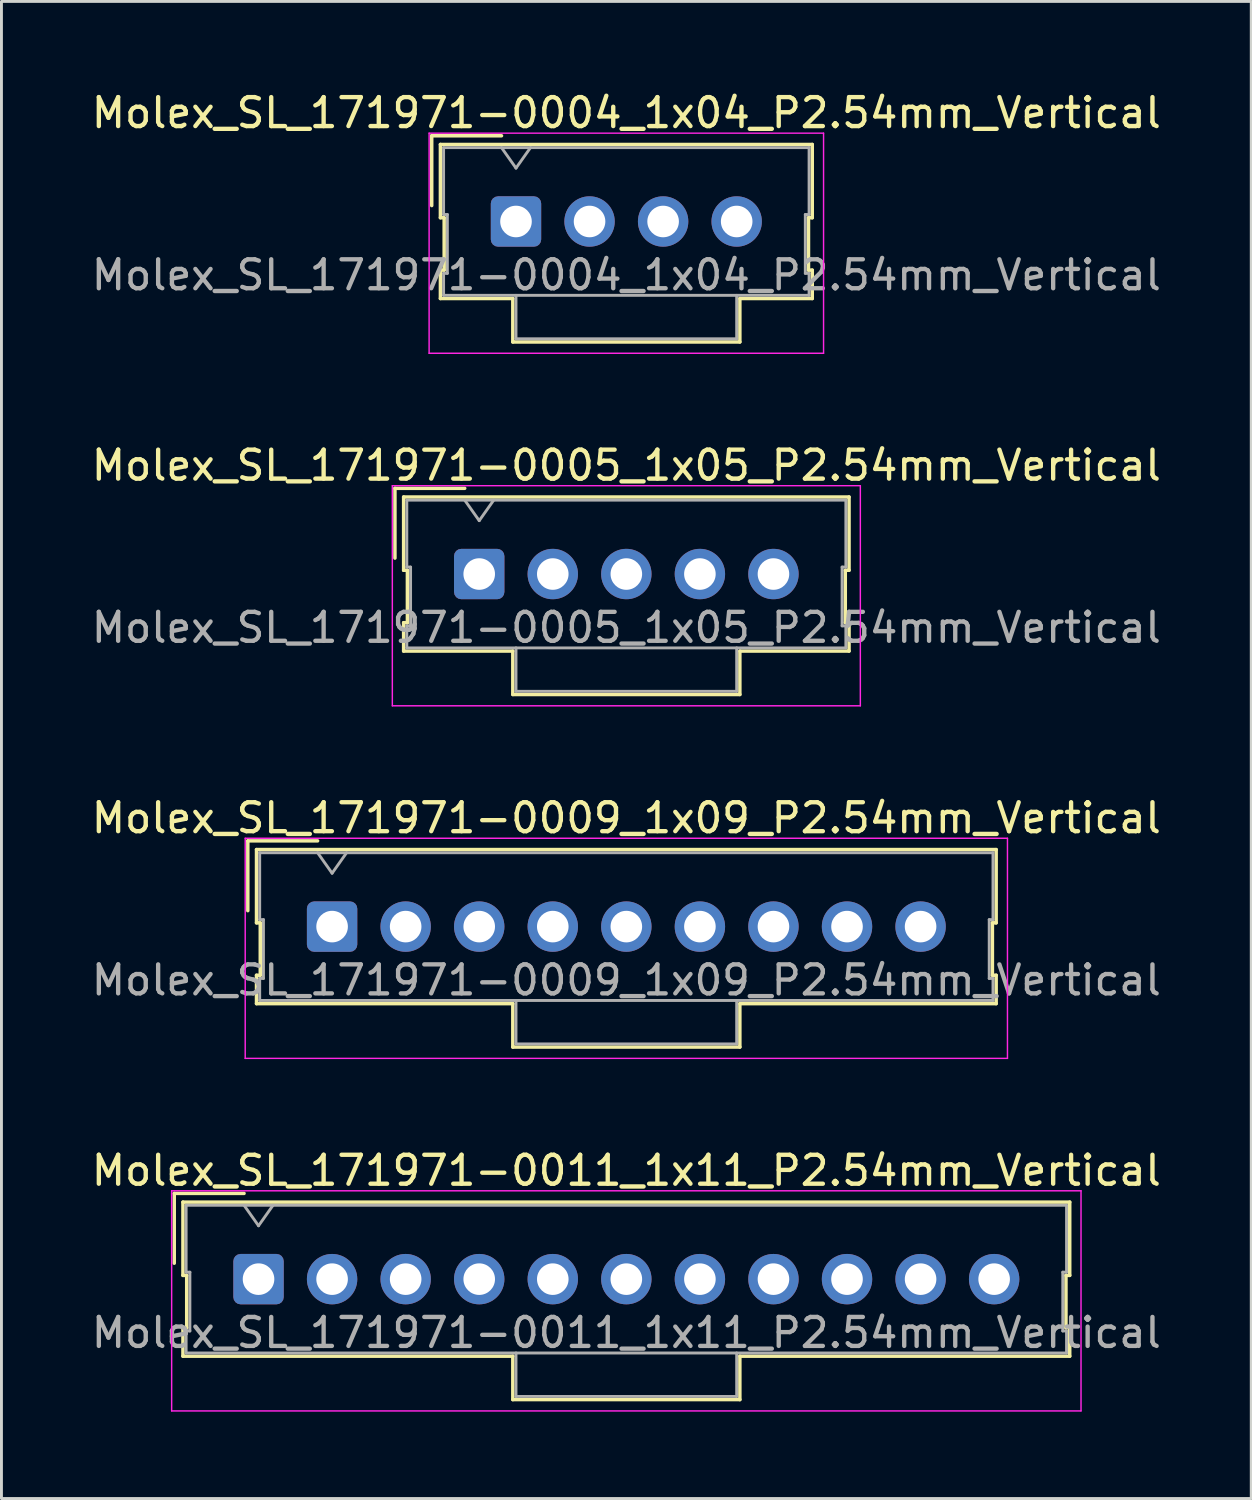
<source format=kicad_pcb>
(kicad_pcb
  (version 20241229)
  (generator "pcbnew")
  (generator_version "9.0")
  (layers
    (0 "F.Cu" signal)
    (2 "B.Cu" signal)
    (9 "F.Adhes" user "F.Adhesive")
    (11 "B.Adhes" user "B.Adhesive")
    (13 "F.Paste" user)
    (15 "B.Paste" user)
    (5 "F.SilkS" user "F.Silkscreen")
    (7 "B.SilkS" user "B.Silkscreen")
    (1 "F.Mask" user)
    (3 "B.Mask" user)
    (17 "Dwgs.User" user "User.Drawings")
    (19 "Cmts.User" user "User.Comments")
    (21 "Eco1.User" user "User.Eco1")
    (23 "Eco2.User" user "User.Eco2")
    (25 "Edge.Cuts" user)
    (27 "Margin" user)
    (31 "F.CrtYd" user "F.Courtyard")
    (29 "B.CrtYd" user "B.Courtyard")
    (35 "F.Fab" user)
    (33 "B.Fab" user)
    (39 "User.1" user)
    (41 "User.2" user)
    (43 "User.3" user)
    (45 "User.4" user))
  (footprint "Molex_SL_171971-0004_1x04_P2.54mm_Vertical"
    (layer "F.Cu")
    (at 14.767 4.598)
    (property "Reference" "Molex_SL_171971-0004_1x04_P2.54mm_Vertical" (at 3.81 -3.75 0) (layer "F.SilkS") (effects (font (size 1 1) (thickness 0.15))))
    (attr through_hole)
    (fp_line (start -2.91 -2.96) (end -0.5 -2.96) (stroke (width 0.12) (type solid)) (layer "F.SilkS"))
    (fp_line (start -2.91 -0.55) (end -2.91 -2.96) (stroke (width 0.12) (type solid)) (layer "F.SilkS"))
    (fp_line (start -2.61 -2.66) (end -2.61 -0.13) (stroke (width 0.12) (type solid)) (layer "F.SilkS"))
    (fp_line (start -2.61 -0.13) (end -2.48 -0.13) (stroke (width 0.12) (type solid)) (layer "F.SilkS"))
    (fp_line (start -2.61 1.68) (end -2.61 2.66) (stroke (width 0.12) (type solid)) (layer "F.SilkS"))
    (fp_line (start -2.61 2.66) (end -0.11 2.66) (stroke (width 0.12) (type solid)) (layer "F.SilkS"))
    (fp_line (start -2.48 -0.13) (end -2.48 1.68) (stroke (width 0.12) (type solid)) (layer "F.SilkS"))
    (fp_line (start -2.48 1.68) (end -2.61 1.68) (stroke (width 0.12) (type solid)) (layer "F.SilkS"))
    (fp_line (start -0.11 2.66) (end -0.11 4.16) (stroke (width 0.12) (type solid)) (layer "F.SilkS"))
    (fp_line (start -0.11 4.16) (end 7.73 4.16) (stroke (width 0.12) (type solid)) (layer "F.SilkS"))
    (fp_line (start 7.73 2.66) (end 10.23 2.66) (stroke (width 0.12) (type solid)) (layer "F.SilkS"))
    (fp_line (start 7.73 4.16) (end 7.73 2.66) (stroke (width 0.12) (type solid)) (layer "F.SilkS"))
    (fp_line (start 10.1 -0.13) (end 10.23 -0.13) (stroke (width 0.12) (type solid)) (layer "F.SilkS"))
    (fp_line (start 10.1 1.68) (end 10.1 -0.13) (stroke (width 0.12) (type solid)) (layer "F.SilkS"))
    (fp_line (start 10.23 -2.66) (end -2.61 -2.66) (stroke (width 0.12) (type solid)) (layer "F.SilkS"))
    (fp_line (start 10.23 -0.13) (end 10.23 -2.66) (stroke (width 0.12) (type solid)) (layer "F.SilkS"))
    (fp_line (start 10.23 1.68) (end 10.1 1.68) (stroke (width 0.12) (type solid)) (layer "F.SilkS"))
    (fp_line (start 10.23 2.66) (end 10.23 1.68) (stroke (width 0.12) (type solid)) (layer "F.SilkS"))
    (fp_line (start -3 -3.05) (end -3 4.55) (stroke (width 0.05) (type solid)) (layer "F.CrtYd"))
    (fp_line (start -3 4.55) (end 10.62 4.55) (stroke (width 0.05) (type solid)) (layer "F.CrtYd"))
    (fp_line (start 10.62 -3.05) (end -3 -3.05) (stroke (width 0.05) (type solid)) (layer "F.CrtYd"))
    (fp_line (start 10.62 4.55) (end 10.62 -3.05) (stroke (width 0.05) (type solid)) (layer "F.CrtYd"))
    (fp_line (start -2.5 -2.55) (end -2.5 -0.24) (stroke (width 0.1) (type solid)) (layer "F.Fab"))
    (fp_line (start -2.5 -0.24) (end -2.37 -0.24) (stroke (width 0.1) (type solid)) (layer "F.Fab"))
    (fp_line (start -2.5 1.79) (end -2.5 2.55) (stroke (width 0.1) (type solid)) (layer "F.Fab"))
    (fp_line (start -2.5 2.55) (end 10.12 2.55) (stroke (width 0.1) (type solid)) (layer "F.Fab"))
    (fp_line (start -2.37 -0.24) (end -2.37 1.79) (stroke (width 0.1) (type solid)) (layer "F.Fab"))
    (fp_line (start -2.37 1.79) (end -2.5 1.79) (stroke (width 0.1) (type solid)) (layer "F.Fab"))
    (fp_line (start 0 -1.843) (end -0.5 -2.55) (stroke (width 0.1) (type solid)) (layer "F.Fab"))
    (fp_line (start 0 2.55) (end 0 4.05) (stroke (width 0.1) (type solid)) (layer "F.Fab"))
    (fp_line (start 0 4.05) (end 7.62 4.05) (stroke (width 0.1) (type solid)) (layer "F.Fab"))
    (fp_line (start 0.5 -2.55) (end 0 -1.843) (stroke (width 0.1) (type solid)) (layer "F.Fab"))
    (fp_line (start 7.62 4.05) (end 7.62 2.55) (stroke (width 0.1) (type solid)) (layer "F.Fab"))
    (fp_line (start 9.99 -0.24) (end 10.12 -0.24) (stroke (width 0.1) (type solid)) (layer "F.Fab"))
    (fp_line (start 9.99 1.79) (end 9.99 -0.24) (stroke (width 0.1) (type solid)) (layer "F.Fab"))
    (fp_line (start 10.12 -2.55) (end -2.5 -2.55) (stroke (width 0.1) (type solid)) (layer "F.Fab"))
    (fp_line (start 10.12 -0.24) (end 10.12 -2.55) (stroke (width 0.1) (type solid)) (layer "F.Fab"))
    (fp_line (start 10.12 1.79) (end 9.99 1.79) (stroke (width 0.1) (type solid)) (layer "F.Fab"))
    (fp_line (start 10.12 2.55) (end 10.12 1.79) (stroke (width 0.1) (type solid)) (layer "F.Fab"))
    (fp_text user "${REFERENCE}" (at 3.81 1.85 0) (layer "F.Fab") (effects (font (size 1 1) (thickness 0.15))))
    (pad "1" thru_hole roundrect (at 0 0) (size 1.74 1.74) (drill 1.09) (layers "*.Cu" "*.Mask") (roundrect_rratio 0.144))
    (pad "2" thru_hole circle (at 2.54 0) (size 1.74 1.74) (drill 1.09) (layers "*.Cu" "*.Mask"))
    (pad "3" thru_hole circle (at 5.08 0) (size 1.74 1.74) (drill 1.09) (layers "*.Cu" "*.Mask"))
    (pad "4" thru_hole circle (at 7.62 0) (size 1.74 1.74) (drill 1.09) (layers "*.Cu" "*.Mask")))
  (footprint "Molex_SL_171971-0005_1x05_P2.54mm_Vertical"
    (layer "F.Cu")
    (at 13.497 16.771)
    (property "Reference" "Molex_SL_171971-0005_1x05_P2.54mm_Vertical" (at 5.08 -3.75 0) (layer "F.SilkS") (effects (font (size 1 1) (thickness 0.15))))
    (attr through_hole)
    (fp_line (start -2.91 -2.96) (end -0.5 -2.96) (stroke (width 0.12) (type solid)) (layer "F.SilkS"))
    (fp_line (start -2.91 -0.55) (end -2.91 -2.96) (stroke (width 0.12) (type solid)) (layer "F.SilkS"))
    (fp_line (start -2.61 -2.66) (end -2.61 -0.13) (stroke (width 0.12) (type solid)) (layer "F.SilkS"))
    (fp_line (start -2.61 -0.13) (end -2.48 -0.13) (stroke (width 0.12) (type solid)) (layer "F.SilkS"))
    (fp_line (start -2.61 1.68) (end -2.61 2.66) (stroke (width 0.12) (type solid)) (layer "F.SilkS"))
    (fp_line (start -2.61 2.66) (end 1.16 2.66) (stroke (width 0.12) (type solid)) (layer "F.SilkS"))
    (fp_line (start -2.48 -0.13) (end -2.48 1.68) (stroke (width 0.12) (type solid)) (layer "F.SilkS"))
    (fp_line (start -2.48 1.68) (end -2.61 1.68) (stroke (width 0.12) (type solid)) (layer "F.SilkS"))
    (fp_line (start 1.16 2.66) (end 1.16 4.16) (stroke (width 0.12) (type solid)) (layer "F.SilkS"))
    (fp_line (start 1.16 4.16) (end 9 4.16) (stroke (width 0.12) (type solid)) (layer "F.SilkS"))
    (fp_line (start 9 2.66) (end 12.77 2.66) (stroke (width 0.12) (type solid)) (layer "F.SilkS"))
    (fp_line (start 9 4.16) (end 9 2.66) (stroke (width 0.12) (type solid)) (layer "F.SilkS"))
    (fp_line (start 12.64 -0.13) (end 12.77 -0.13) (stroke (width 0.12) (type solid)) (layer "F.SilkS"))
    (fp_line (start 12.64 1.68) (end 12.64 -0.13) (stroke (width 0.12) (type solid)) (layer "F.SilkS"))
    (fp_line (start 12.77 -2.66) (end -2.61 -2.66) (stroke (width 0.12) (type solid)) (layer "F.SilkS"))
    (fp_line (start 12.77 -0.13) (end 12.77 -2.66) (stroke (width 0.12) (type solid)) (layer "F.SilkS"))
    (fp_line (start 12.77 1.68) (end 12.64 1.68) (stroke (width 0.12) (type solid)) (layer "F.SilkS"))
    (fp_line (start 12.77 2.66) (end 12.77 1.68) (stroke (width 0.12) (type solid)) (layer "F.SilkS"))
    (fp_line (start -3 -3.05) (end -3 4.55) (stroke (width 0.05) (type solid)) (layer "F.CrtYd"))
    (fp_line (start -3 4.55) (end 13.16 4.55) (stroke (width 0.05) (type solid)) (layer "F.CrtYd"))
    (fp_line (start 13.16 -3.05) (end -3 -3.05) (stroke (width 0.05) (type solid)) (layer "F.CrtYd"))
    (fp_line (start 13.16 4.55) (end 13.16 -3.05) (stroke (width 0.05) (type solid)) (layer "F.CrtYd"))
    (fp_line (start -2.5 -2.55) (end -2.5 -0.24) (stroke (width 0.1) (type solid)) (layer "F.Fab"))
    (fp_line (start -2.5 -0.24) (end -2.37 -0.24) (stroke (width 0.1) (type solid)) (layer "F.Fab"))
    (fp_line (start -2.5 1.79) (end -2.5 2.55) (stroke (width 0.1) (type solid)) (layer "F.Fab"))
    (fp_line (start -2.5 2.55) (end 12.66 2.55) (stroke (width 0.1) (type solid)) (layer "F.Fab"))
    (fp_line (start -2.37 -0.24) (end -2.37 1.79) (stroke (width 0.1) (type solid)) (layer "F.Fab"))
    (fp_line (start -2.37 1.79) (end -2.5 1.79) (stroke (width 0.1) (type solid)) (layer "F.Fab"))
    (fp_line (start 0 -1.843) (end -0.5 -2.55) (stroke (width 0.1) (type solid)) (layer "F.Fab"))
    (fp_line (start 0.5 -2.55) (end 0 -1.843) (stroke (width 0.1) (type solid)) (layer "F.Fab"))
    (fp_line (start 1.27 2.55) (end 1.27 4.05) (stroke (width 0.1) (type solid)) (layer "F.Fab"))
    (fp_line (start 1.27 4.05) (end 8.89 4.05) (stroke (width 0.1) (type solid)) (layer "F.Fab"))
    (fp_line (start 8.89 4.05) (end 8.89 2.55) (stroke (width 0.1) (type solid)) (layer "F.Fab"))
    (fp_line (start 12.53 -0.24) (end 12.66 -0.24) (stroke (width 0.1) (type solid)) (layer "F.Fab"))
    (fp_line (start 12.53 1.79) (end 12.53 -0.24) (stroke (width 0.1) (type solid)) (layer "F.Fab"))
    (fp_line (start 12.66 -2.55) (end -2.5 -2.55) (stroke (width 0.1) (type solid)) (layer "F.Fab"))
    (fp_line (start 12.66 -0.24) (end 12.66 -2.55) (stroke (width 0.1) (type solid)) (layer "F.Fab"))
    (fp_line (start 12.66 1.79) (end 12.53 1.79) (stroke (width 0.1) (type solid)) (layer "F.Fab"))
    (fp_line (start 12.66 2.55) (end 12.66 1.79) (stroke (width 0.1) (type solid)) (layer "F.Fab"))
    (fp_text user "${REFERENCE}" (at 5.08 1.85 0) (layer "F.Fab") (effects (font (size 1 1) (thickness 0.15))))
    (pad "1" thru_hole roundrect (at 0 0) (size 1.74 1.74) (drill 1.09) (layers "*.Cu" "*.Mask") (roundrect_rratio 0.144))
    (pad "2" thru_hole circle (at 2.54 0) (size 1.74 1.74) (drill 1.09) (layers "*.Cu" "*.Mask"))
    (pad "3" thru_hole circle (at 5.08 0) (size 1.74 1.74) (drill 1.09) (layers "*.Cu" "*.Mask"))
    (pad "4" thru_hole circle (at 7.62 0) (size 1.74 1.74) (drill 1.09) (layers "*.Cu" "*.Mask"))
    (pad "5" thru_hole circle (at 10.16 0) (size 1.74 1.74) (drill 1.09) (layers "*.Cu" "*.Mask")))
  (footprint "Molex_SL_171971-0011_1x11_P2.54mm_Vertical"
    (layer "F.Cu")
    (at 5.877 41.118)
    (property "Reference" "Molex_SL_171971-0011_1x11_P2.54mm_Vertical" (at 12.7 -3.75 0) (layer "F.SilkS") (effects (font (size 1 1) (thickness 0.15))))
    (attr through_hole)
    (fp_line (start -2.91 -2.96) (end -0.5 -2.96) (stroke (width 0.12) (type solid)) (layer "F.SilkS"))
    (fp_line (start -2.91 -0.55) (end -2.91 -2.96) (stroke (width 0.12) (type solid)) (layer "F.SilkS"))
    (fp_line (start -2.61 -2.66) (end -2.61 -0.13) (stroke (width 0.12) (type solid)) (layer "F.SilkS"))
    (fp_line (start -2.61 -0.13) (end -2.48 -0.13) (stroke (width 0.12) (type solid)) (layer "F.SilkS"))
    (fp_line (start -2.61 1.68) (end -2.61 2.66) (stroke (width 0.12) (type solid)) (layer "F.SilkS"))
    (fp_line (start -2.61 2.66) (end 8.78 2.66) (stroke (width 0.12) (type solid)) (layer "F.SilkS"))
    (fp_line (start -2.48 -0.13) (end -2.48 1.68) (stroke (width 0.12) (type solid)) (layer "F.SilkS"))
    (fp_line (start -2.48 1.68) (end -2.61 1.68) (stroke (width 0.12) (type solid)) (layer "F.SilkS"))
    (fp_line (start 8.78 2.66) (end 8.78 4.16) (stroke (width 0.12) (type solid)) (layer "F.SilkS"))
    (fp_line (start 8.78 4.16) (end 16.62 4.16) (stroke (width 0.12) (type solid)) (layer "F.SilkS"))
    (fp_line (start 16.62 2.66) (end 28.01 2.66) (stroke (width 0.12) (type solid)) (layer "F.SilkS"))
    (fp_line (start 16.62 4.16) (end 16.62 2.66) (stroke (width 0.12) (type solid)) (layer "F.SilkS"))
    (fp_line (start 27.88 -0.13) (end 28.01 -0.13) (stroke (width 0.12) (type solid)) (layer "F.SilkS"))
    (fp_line (start 27.88 1.68) (end 27.88 -0.13) (stroke (width 0.12) (type solid)) (layer "F.SilkS"))
    (fp_line (start 28.01 -2.66) (end -2.61 -2.66) (stroke (width 0.12) (type solid)) (layer "F.SilkS"))
    (fp_line (start 28.01 -0.13) (end 28.01 -2.66) (stroke (width 0.12) (type solid)) (layer "F.SilkS"))
    (fp_line (start 28.01 1.68) (end 27.88 1.68) (stroke (width 0.12) (type solid)) (layer "F.SilkS"))
    (fp_line (start 28.01 2.66) (end 28.01 1.68) (stroke (width 0.12) (type solid)) (layer "F.SilkS"))
    (fp_line (start -3 -3.05) (end -3 4.55) (stroke (width 0.05) (type solid)) (layer "F.CrtYd"))
    (fp_line (start -3 4.55) (end 28.4 4.55) (stroke (width 0.05) (type solid)) (layer "F.CrtYd"))
    (fp_line (start 28.4 -3.05) (end -3 -3.05) (stroke (width 0.05) (type solid)) (layer "F.CrtYd"))
    (fp_line (start 28.4 4.55) (end 28.4 -3.05) (stroke (width 0.05) (type solid)) (layer "F.CrtYd"))
    (fp_line (start -2.5 -2.55) (end -2.5 -0.24) (stroke (width 0.1) (type solid)) (layer "F.Fab"))
    (fp_line (start -2.5 -0.24) (end -2.37 -0.24) (stroke (width 0.1) (type solid)) (layer "F.Fab"))
    (fp_line (start -2.5 1.79) (end -2.5 2.55) (stroke (width 0.1) (type solid)) (layer "F.Fab"))
    (fp_line (start -2.5 2.55) (end 27.9 2.55) (stroke (width 0.1) (type solid)) (layer "F.Fab"))
    (fp_line (start -2.37 -0.24) (end -2.37 1.79) (stroke (width 0.1) (type solid)) (layer "F.Fab"))
    (fp_line (start -2.37 1.79) (end -2.5 1.79) (stroke (width 0.1) (type solid)) (layer "F.Fab"))
    (fp_line (start 0 -1.843) (end -0.5 -2.55) (stroke (width 0.1) (type solid)) (layer "F.Fab"))
    (fp_line (start 0.5 -2.55) (end 0 -1.843) (stroke (width 0.1) (type solid)) (layer "F.Fab"))
    (fp_line (start 8.89 2.55) (end 8.89 4.05) (stroke (width 0.1) (type solid)) (layer "F.Fab"))
    (fp_line (start 8.89 4.05) (end 16.51 4.05) (stroke (width 0.1) (type solid)) (layer "F.Fab"))
    (fp_line (start 16.51 4.05) (end 16.51 2.55) (stroke (width 0.1) (type solid)) (layer "F.Fab"))
    (fp_line (start 27.77 -0.24) (end 27.9 -0.24) (stroke (width 0.1) (type solid)) (layer "F.Fab"))
    (fp_line (start 27.77 1.79) (end 27.77 -0.24) (stroke (width 0.1) (type solid)) (layer "F.Fab"))
    (fp_line (start 27.9 -2.55) (end -2.5 -2.55) (stroke (width 0.1) (type solid)) (layer "F.Fab"))
    (fp_line (start 27.9 -0.24) (end 27.9 -2.55) (stroke (width 0.1) (type solid)) (layer "F.Fab"))
    (fp_line (start 27.9 1.79) (end 27.77 1.79) (stroke (width 0.1) (type solid)) (layer "F.Fab"))
    (fp_line (start 27.9 2.55) (end 27.9 1.79) (stroke (width 0.1) (type solid)) (layer "F.Fab"))
    (fp_text user "${REFERENCE}" (at 12.7 1.85 0) (layer "F.Fab") (effects (font (size 1 1) (thickness 0.15))))
    (pad "1" thru_hole roundrect (at 0 0) (size 1.74 1.74) (drill 1.09) (layers "*.Cu" "*.Mask") (roundrect_rratio 0.144))
    (pad "2" thru_hole circle (at 2.54 0) (size 1.74 1.74) (drill 1.09) (layers "*.Cu" "*.Mask"))
    (pad "3" thru_hole circle (at 5.08 0) (size 1.74 1.74) (drill 1.09) (layers "*.Cu" "*.Mask"))
    (pad "4" thru_hole circle (at 7.62 0) (size 1.74 1.74) (drill 1.09) (layers "*.Cu" "*.Mask"))
    (pad "5" thru_hole circle (at 10.16 0) (size 1.74 1.74) (drill 1.09) (layers "*.Cu" "*.Mask"))
    (pad "6" thru_hole circle (at 12.7 0) (size 1.74 1.74) (drill 1.09) (layers "*.Cu" "*.Mask"))
    (pad "7" thru_hole circle (at 15.24 0) (size 1.74 1.74) (drill 1.09) (layers "*.Cu" "*.Mask"))
    (pad "8" thru_hole circle (at 17.78 0) (size 1.74 1.74) (drill 1.09) (layers "*.Cu" "*.Mask"))
    (pad "9" thru_hole circle (at 20.32 0) (size 1.74 1.74) (drill 1.09) (layers "*.Cu" "*.Mask"))
    (pad "10" thru_hole circle (at 22.86 0) (size 1.74 1.74) (drill 1.09) (layers "*.Cu" "*.Mask"))
    (pad "11" thru_hole circle (at 25.4 0) (size 1.74 1.74) (drill 1.09) (layers "*.Cu" "*.Mask")))
  (footprint "Molex_SL_171971-0009_1x09_P2.54mm_Vertical"
    (layer "F.Cu")
    (at 8.417 28.945)
    (property "Reference" "Molex_SL_171971-0009_1x09_P2.54mm_Vertical" (at 10.16 -3.75 0) (layer "F.SilkS") (effects (font (size 1 1) (thickness 0.15))))
    (attr through_hole)
    (fp_line (start -2.91 -2.96) (end -0.5 -2.96) (stroke (width 0.12) (type solid)) (layer "F.SilkS"))
    (fp_line (start -2.91 -0.55) (end -2.91 -2.96) (stroke (width 0.12) (type solid)) (layer "F.SilkS"))
    (fp_line (start -2.61 -2.66) (end -2.61 -0.13) (stroke (width 0.12) (type solid)) (layer "F.SilkS"))
    (fp_line (start -2.61 -0.13) (end -2.48 -0.13) (stroke (width 0.12) (type solid)) (layer "F.SilkS"))
    (fp_line (start -2.61 1.68) (end -2.61 2.66) (stroke (width 0.12) (type solid)) (layer "F.SilkS"))
    (fp_line (start -2.61 2.66) (end 6.24 2.66) (stroke (width 0.12) (type solid)) (layer "F.SilkS"))
    (fp_line (start -2.48 -0.13) (end -2.48 1.68) (stroke (width 0.12) (type solid)) (layer "F.SilkS"))
    (fp_line (start -2.48 1.68) (end -2.61 1.68) (stroke (width 0.12) (type solid)) (layer "F.SilkS"))
    (fp_line (start 6.24 2.66) (end 6.24 4.16) (stroke (width 0.12) (type solid)) (layer "F.SilkS"))
    (fp_line (start 6.24 4.16) (end 14.08 4.16) (stroke (width 0.12) (type solid)) (layer "F.SilkS"))
    (fp_line (start 14.08 2.66) (end 22.93 2.66) (stroke (width 0.12) (type solid)) (layer "F.SilkS"))
    (fp_line (start 14.08 4.16) (end 14.08 2.66) (stroke (width 0.12) (type solid)) (layer "F.SilkS"))
    (fp_line (start 22.8 -0.13) (end 22.93 -0.13) (stroke (width 0.12) (type solid)) (layer "F.SilkS"))
    (fp_line (start 22.8 1.68) (end 22.8 -0.13) (stroke (width 0.12) (type solid)) (layer "F.SilkS"))
    (fp_line (start 22.93 -2.66) (end -2.61 -2.66) (stroke (width 0.12) (type solid)) (layer "F.SilkS"))
    (fp_line (start 22.93 -0.13) (end 22.93 -2.66) (stroke (width 0.12) (type solid)) (layer "F.SilkS"))
    (fp_line (start 22.93 1.68) (end 22.8 1.68) (stroke (width 0.12) (type solid)) (layer "F.SilkS"))
    (fp_line (start 22.93 2.66) (end 22.93 1.68) (stroke (width 0.12) (type solid)) (layer "F.SilkS"))
    (fp_line (start -3 -3.05) (end -3 4.55) (stroke (width 0.05) (type solid)) (layer "F.CrtYd"))
    (fp_line (start -3 4.55) (end 23.32 4.55) (stroke (width 0.05) (type solid)) (layer "F.CrtYd"))
    (fp_line (start 23.32 -3.05) (end -3 -3.05) (stroke (width 0.05) (type solid)) (layer "F.CrtYd"))
    (fp_line (start 23.32 4.55) (end 23.32 -3.05) (stroke (width 0.05) (type solid)) (layer "F.CrtYd"))
    (fp_line (start -2.5 -2.55) (end -2.5 -0.24) (stroke (width 0.1) (type solid)) (layer "F.Fab"))
    (fp_line (start -2.5 -0.24) (end -2.37 -0.24) (stroke (width 0.1) (type solid)) (layer "F.Fab"))
    (fp_line (start -2.5 1.79) (end -2.5 2.55) (stroke (width 0.1) (type solid)) (layer "F.Fab"))
    (fp_line (start -2.5 2.55) (end 22.82 2.55) (stroke (width 0.1) (type solid)) (layer "F.Fab"))
    (fp_line (start -2.37 -0.24) (end -2.37 1.79) (stroke (width 0.1) (type solid)) (layer "F.Fab"))
    (fp_line (start -2.37 1.79) (end -2.5 1.79) (stroke (width 0.1) (type solid)) (layer "F.Fab"))
    (fp_line (start 0 -1.843) (end -0.5 -2.55) (stroke (width 0.1) (type solid)) (layer "F.Fab"))
    (fp_line (start 0.5 -2.55) (end 0 -1.843) (stroke (width 0.1) (type solid)) (layer "F.Fab"))
    (fp_line (start 6.35 2.55) (end 6.35 4.05) (stroke (width 0.1) (type solid)) (layer "F.Fab"))
    (fp_line (start 6.35 4.05) (end 13.97 4.05) (stroke (width 0.1) (type solid)) (layer "F.Fab"))
    (fp_line (start 13.97 4.05) (end 13.97 2.55) (stroke (width 0.1) (type solid)) (layer "F.Fab"))
    (fp_line (start 22.69 -0.24) (end 22.82 -0.24) (stroke (width 0.1) (type solid)) (layer "F.Fab"))
    (fp_line (start 22.69 1.79) (end 22.69 -0.24) (stroke (width 0.1) (type solid)) (layer "F.Fab"))
    (fp_line (start 22.82 -2.55) (end -2.5 -2.55) (stroke (width 0.1) (type solid)) (layer "F.Fab"))
    (fp_line (start 22.82 -0.24) (end 22.82 -2.55) (stroke (width 0.1) (type solid)) (layer "F.Fab"))
    (fp_line (start 22.82 1.79) (end 22.69 1.79) (stroke (width 0.1) (type solid)) (layer "F.Fab"))
    (fp_line (start 22.82 2.55) (end 22.82 1.79) (stroke (width 0.1) (type solid)) (layer "F.Fab"))
    (fp_text user "${REFERENCE}" (at 10.16 1.85 0) (layer "F.Fab") (effects (font (size 1 1) (thickness 0.15))))
    (pad "1" thru_hole roundrect (at 0 0) (size 1.74 1.74) (drill 1.09) (layers "*.Cu" "*.Mask") (roundrect_rratio 0.144))
    (pad "2" thru_hole circle (at 2.54 0) (size 1.74 1.74) (drill 1.09) (layers "*.Cu" "*.Mask"))
    (pad "3" thru_hole circle (at 5.08 0) (size 1.74 1.74) (drill 1.09) (layers "*.Cu" "*.Mask"))
    (pad "4" thru_hole circle (at 7.62 0) (size 1.74 1.74) (drill 1.09) (layers "*.Cu" "*.Mask"))
    (pad "5" thru_hole circle (at 10.16 0) (size 1.74 1.74) (drill 1.09) (layers "*.Cu" "*.Mask"))
    (pad "6" thru_hole circle (at 12.7 0) (size 1.74 1.74) (drill 1.09) (layers "*.Cu" "*.Mask"))
    (pad "7" thru_hole circle (at 15.24 0) (size 1.74 1.74) (drill 1.09) (layers "*.Cu" "*.Mask"))
    (pad "8" thru_hole circle (at 17.78 0) (size 1.74 1.74) (drill 1.09) (layers "*.Cu" "*.Mask"))
    (pad "9" thru_hole circle (at 20.32 0) (size 1.74 1.74) (drill 1.09) (layers "*.Cu" "*.Mask")))
  (gr_rect
    (start -3 -3)
    (end 40.155 48.693)
    (stroke (width 0.1) (type default))
    (fill no)
    (layer "Edge.Cuts")))
</source>
